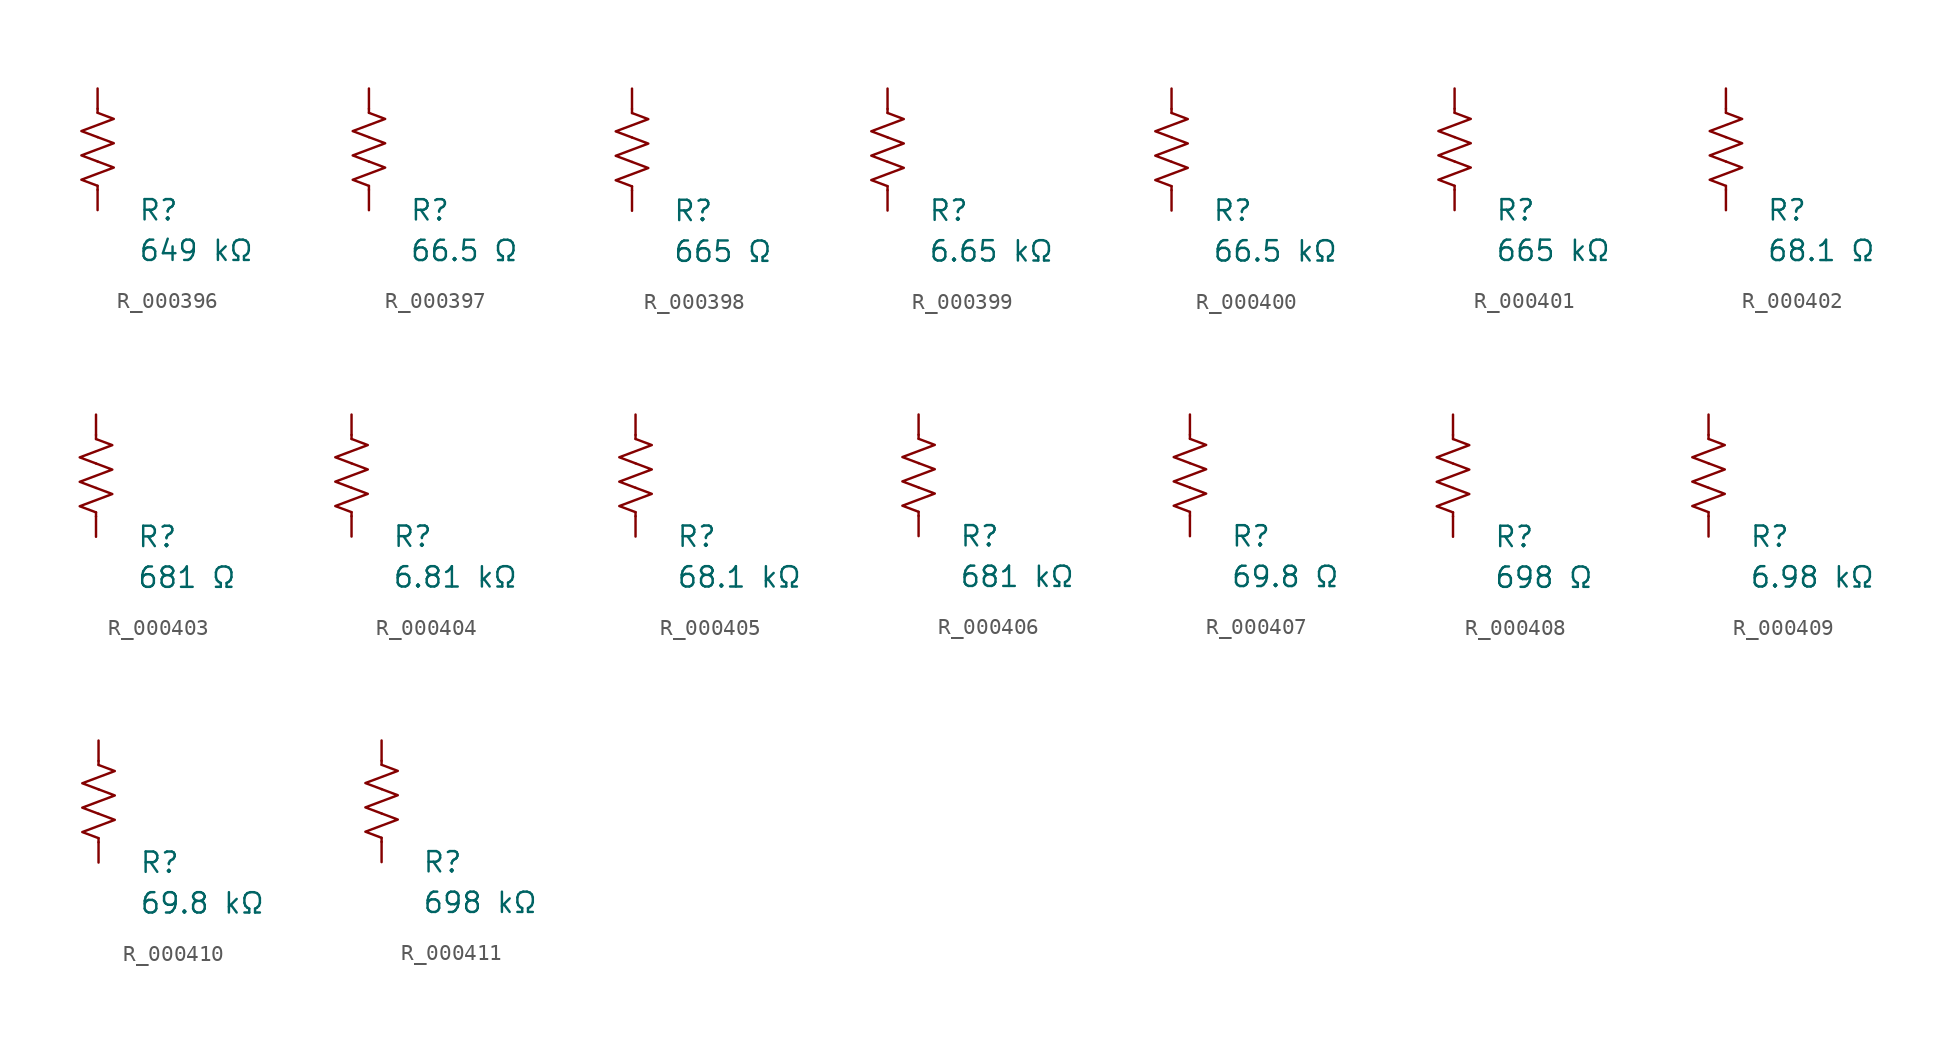
<source format=kicad_sym>
(kicad_symbol_lib
  (version 20231120)
  (generator "kicad_symbol_editor")
  (generator_version "8.0")
  (symbol "R_000396"
    (pin_numbers hide)
    (pin_names
      (offset 0))
    (property "Reference" "R"
      (at 2.54 -3.81 0)
      (effects (font (size 1.27 1.27)) (justify left))
      (show_name no))
    (property "Value" "649 kΩ"
      (at 2.54 -6.35 0)
      (effects (font (size 1.27 1.27)) (justify left))
      (show_name no))
    (symbol "R_000396_0_1"
      (polyline (pts (xy 0 -2.286) (xy 0 -2.54)) (stroke (width 0) (type default)) (fill (type none)))
      (polyline (pts (xy 0 2.286) (xy 0 2.54)) (stroke (width 0) (type default)) (fill (type none)))
      (polyline (pts (xy 0 -0.762) (xy 1.016 -1.143) (xy 0 -1.524) (xy -1.016 -1.905) (xy 0 -2.286)) (stroke (width 0) (type default)) (fill (type none)))
      (polyline (pts (xy 0 0.762) (xy 1.016 0.381) (xy 0 0) (xy -1.016 -0.381) (xy 0 -0.762)) (stroke (width 0) (type default)) (fill (type none)))
      (polyline (pts (xy 0 2.286) (xy 1.016 1.905) (xy 0 1.524) (xy -1.016 1.143) (xy 0 0.762)) (stroke (width 0) (type default)) (fill (type none))))
    (symbol "R_000396_1_1"
      (pin passive line (at 0 3.81 270) (length 1.27) (name "~" (effects (font (size 1.27 1.27)))) (number "1" (effects (font (size 1.27 1.27)))))
      (pin passive line (at 0 -3.81 90) (length 1.27) (name "~" (effects (font (size 1.27 1.27)))) (number "2" (effects (font (size 1.27 1.27)))))))
  (symbol "R_000397"
    (pin_numbers hide)
    (pin_names
      (offset 0))
    (property "Reference" "R"
      (at 2.54 -3.81 0)
      (effects (font (size 1.27 1.27)) (justify left))
      (show_name no))
    (property "Value" "66.5 Ω"
      (at 2.54 -6.35 0)
      (effects (font (size 1.27 1.27)) (justify left))
      (show_name no))
    (symbol "R_000397_0_1"
      (polyline (pts (xy 0 -2.286) (xy 0 -2.54)) (stroke (width 0) (type default)) (fill (type none)))
      (polyline (pts (xy 0 2.286) (xy 0 2.54)) (stroke (width 0) (type default)) (fill (type none)))
      (polyline (pts (xy 0 -0.762) (xy 1.016 -1.143) (xy 0 -1.524) (xy -1.016 -1.905) (xy 0 -2.286)) (stroke (width 0) (type default)) (fill (type none)))
      (polyline (pts (xy 0 0.762) (xy 1.016 0.381) (xy 0 0) (xy -1.016 -0.381) (xy 0 -0.762)) (stroke (width 0) (type default)) (fill (type none)))
      (polyline (pts (xy 0 2.286) (xy 1.016 1.905) (xy 0 1.524) (xy -1.016 1.143) (xy 0 0.762)) (stroke (width 0) (type default)) (fill (type none))))
    (symbol "R_000397_1_1"
      (pin passive line (at 0 3.81 270) (length 1.27) (name "~" (effects (font (size 1.27 1.27)))) (number "1" (effects (font (size 1.27 1.27)))))
      (pin passive line (at 0 -3.81 90) (length 1.27) (name "~" (effects (font (size 1.27 1.27)))) (number "2" (effects (font (size 1.27 1.27)))))))
  (symbol "R_000398"
    (pin_numbers hide)
    (pin_names
      (offset 0))
    (property "Reference" "R"
      (at 2.54 -3.81 0)
      (effects (font (size 1.27 1.27)) (justify left))
      (show_name no))
    (property "Value" "665 Ω"
      (at 2.54 -6.35 0)
      (effects (font (size 1.27 1.27)) (justify left))
      (show_name no))
    (symbol "R_000398_0_1"
      (polyline (pts (xy 0 -2.286) (xy 0 -2.54)) (stroke (width 0) (type default)) (fill (type none)))
      (polyline (pts (xy 0 2.286) (xy 0 2.54)) (stroke (width 0) (type default)) (fill (type none)))
      (polyline (pts (xy 0 -0.762) (xy 1.016 -1.143) (xy 0 -1.524) (xy -1.016 -1.905) (xy 0 -2.286)) (stroke (width 0) (type default)) (fill (type none)))
      (polyline (pts (xy 0 0.762) (xy 1.016 0.381) (xy 0 0) (xy -1.016 -0.381) (xy 0 -0.762)) (stroke (width 0) (type default)) (fill (type none)))
      (polyline (pts (xy 0 2.286) (xy 1.016 1.905) (xy 0 1.524) (xy -1.016 1.143) (xy 0 0.762)) (stroke (width 0) (type default)) (fill (type none))))
    (symbol "R_000398_1_1"
      (pin passive line (at 0 3.81 270) (length 1.27) (name "~" (effects (font (size 1.27 1.27)))) (number "1" (effects (font (size 1.27 1.27)))))
      (pin passive line (at 0 -3.81 90) (length 1.27) (name "~" (effects (font (size 1.27 1.27)))) (number "2" (effects (font (size 1.27 1.27)))))))
  (symbol "R_000399"
    (pin_numbers hide)
    (pin_names
      (offset 0))
    (property "Reference" "R"
      (at 2.54 -3.81 0)
      (effects (font (size 1.27 1.27)) (justify left))
      (show_name no))
    (property "Value" "6.65 kΩ"
      (at 2.54 -6.35 0)
      (effects (font (size 1.27 1.27)) (justify left))
      (show_name no))
    (symbol "R_000399_0_1"
      (polyline (pts (xy 0 -2.286) (xy 0 -2.54)) (stroke (width 0) (type default)) (fill (type none)))
      (polyline (pts (xy 0 2.286) (xy 0 2.54)) (stroke (width 0) (type default)) (fill (type none)))
      (polyline (pts (xy 0 -0.762) (xy 1.016 -1.143) (xy 0 -1.524) (xy -1.016 -1.905) (xy 0 -2.286)) (stroke (width 0) (type default)) (fill (type none)))
      (polyline (pts (xy 0 0.762) (xy 1.016 0.381) (xy 0 0) (xy -1.016 -0.381) (xy 0 -0.762)) (stroke (width 0) (type default)) (fill (type none)))
      (polyline (pts (xy 0 2.286) (xy 1.016 1.905) (xy 0 1.524) (xy -1.016 1.143) (xy 0 0.762)) (stroke (width 0) (type default)) (fill (type none))))
    (symbol "R_000399_1_1"
      (pin passive line (at 0 3.81 270) (length 1.27) (name "~" (effects (font (size 1.27 1.27)))) (number "1" (effects (font (size 1.27 1.27)))))
      (pin passive line (at 0 -3.81 90) (length 1.27) (name "~" (effects (font (size 1.27 1.27)))) (number "2" (effects (font (size 1.27 1.27)))))))
  (symbol "R_000400"
    (pin_numbers hide)
    (pin_names
      (offset 0))
    (property "Reference" "R"
      (at 2.54 -3.81 0)
      (effects (font (size 1.27 1.27)) (justify left))
      (show_name no))
    (property "Value" "66.5 kΩ"
      (at 2.54 -6.35 0)
      (effects (font (size 1.27 1.27)) (justify left))
      (show_name no))
    (symbol "R_000400_0_1"
      (polyline (pts (xy 0 -2.286) (xy 0 -2.54)) (stroke (width 0) (type default)) (fill (type none)))
      (polyline (pts (xy 0 2.286) (xy 0 2.54)) (stroke (width 0) (type default)) (fill (type none)))
      (polyline (pts (xy 0 -0.762) (xy 1.016 -1.143) (xy 0 -1.524) (xy -1.016 -1.905) (xy 0 -2.286)) (stroke (width 0) (type default)) (fill (type none)))
      (polyline (pts (xy 0 0.762) (xy 1.016 0.381) (xy 0 0) (xy -1.016 -0.381) (xy 0 -0.762)) (stroke (width 0) (type default)) (fill (type none)))
      (polyline (pts (xy 0 2.286) (xy 1.016 1.905) (xy 0 1.524) (xy -1.016 1.143) (xy 0 0.762)) (stroke (width 0) (type default)) (fill (type none))))
    (symbol "R_000400_1_1"
      (pin passive line (at 0 3.81 270) (length 1.27) (name "~" (effects (font (size 1.27 1.27)))) (number "1" (effects (font (size 1.27 1.27)))))
      (pin passive line (at 0 -3.81 90) (length 1.27) (name "~" (effects (font (size 1.27 1.27)))) (number "2" (effects (font (size 1.27 1.27)))))))
  (symbol "R_000401"
    (pin_numbers hide)
    (pin_names
      (offset 0))
    (property "Reference" "R"
      (at 2.54 -3.81 0)
      (effects (font (size 1.27 1.27)) (justify left))
      (show_name no))
    (property "Value" "665 kΩ"
      (at 2.54 -6.35 0)
      (effects (font (size 1.27 1.27)) (justify left))
      (show_name no))
    (symbol "R_000401_0_1"
      (polyline (pts (xy 0 -2.286) (xy 0 -2.54)) (stroke (width 0) (type default)) (fill (type none)))
      (polyline (pts (xy 0 2.286) (xy 0 2.54)) (stroke (width 0) (type default)) (fill (type none)))
      (polyline (pts (xy 0 -0.762) (xy 1.016 -1.143) (xy 0 -1.524) (xy -1.016 -1.905) (xy 0 -2.286)) (stroke (width 0) (type default)) (fill (type none)))
      (polyline (pts (xy 0 0.762) (xy 1.016 0.381) (xy 0 0) (xy -1.016 -0.381) (xy 0 -0.762)) (stroke (width 0) (type default)) (fill (type none)))
      (polyline (pts (xy 0 2.286) (xy 1.016 1.905) (xy 0 1.524) (xy -1.016 1.143) (xy 0 0.762)) (stroke (width 0) (type default)) (fill (type none))))
    (symbol "R_000401_1_1"
      (pin passive line (at 0 3.81 270) (length 1.27) (name "~" (effects (font (size 1.27 1.27)))) (number "1" (effects (font (size 1.27 1.27)))))
      (pin passive line (at 0 -3.81 90) (length 1.27) (name "~" (effects (font (size 1.27 1.27)))) (number "2" (effects (font (size 1.27 1.27)))))))
  (symbol "R_000402"
    (pin_numbers hide)
    (pin_names
      (offset 0))
    (property "Reference" "R"
      (at 2.54 -3.81 0)
      (effects (font (size 1.27 1.27)) (justify left))
      (show_name no))
    (property "Value" "68.1 Ω"
      (at 2.54 -6.35 0)
      (effects (font (size 1.27 1.27)) (justify left))
      (show_name no))
    (symbol "R_000402_0_1"
      (polyline (pts (xy 0 -2.286) (xy 0 -2.54)) (stroke (width 0) (type default)) (fill (type none)))
      (polyline (pts (xy 0 2.286) (xy 0 2.54)) (stroke (width 0) (type default)) (fill (type none)))
      (polyline (pts (xy 0 -0.762) (xy 1.016 -1.143) (xy 0 -1.524) (xy -1.016 -1.905) (xy 0 -2.286)) (stroke (width 0) (type default)) (fill (type none)))
      (polyline (pts (xy 0 0.762) (xy 1.016 0.381) (xy 0 0) (xy -1.016 -0.381) (xy 0 -0.762)) (stroke (width 0) (type default)) (fill (type none)))
      (polyline (pts (xy 0 2.286) (xy 1.016 1.905) (xy 0 1.524) (xy -1.016 1.143) (xy 0 0.762)) (stroke (width 0) (type default)) (fill (type none))))
    (symbol "R_000402_1_1"
      (pin passive line (at 0 3.81 270) (length 1.27) (name "~" (effects (font (size 1.27 1.27)))) (number "1" (effects (font (size 1.27 1.27)))))
      (pin passive line (at 0 -3.81 90) (length 1.27) (name "~" (effects (font (size 1.27 1.27)))) (number "2" (effects (font (size 1.27 1.27)))))))
  (symbol "R_000403"
    (pin_numbers hide)
    (pin_names
      (offset 0))
    (property "Reference" "R"
      (at 2.54 -3.81 0)
      (effects (font (size 1.27 1.27)) (justify left))
      (show_name no))
    (property "Value" "681 Ω"
      (at 2.54 -6.35 0)
      (effects (font (size 1.27 1.27)) (justify left))
      (show_name no))
    (symbol "R_000403_0_1"
      (polyline (pts (xy 0 -2.286) (xy 0 -2.54)) (stroke (width 0) (type default)) (fill (type none)))
      (polyline (pts (xy 0 2.286) (xy 0 2.54)) (stroke (width 0) (type default)) (fill (type none)))
      (polyline (pts (xy 0 -0.762) (xy 1.016 -1.143) (xy 0 -1.524) (xy -1.016 -1.905) (xy 0 -2.286)) (stroke (width 0) (type default)) (fill (type none)))
      (polyline (pts (xy 0 0.762) (xy 1.016 0.381) (xy 0 0) (xy -1.016 -0.381) (xy 0 -0.762)) (stroke (width 0) (type default)) (fill (type none)))
      (polyline (pts (xy 0 2.286) (xy 1.016 1.905) (xy 0 1.524) (xy -1.016 1.143) (xy 0 0.762)) (stroke (width 0) (type default)) (fill (type none))))
    (symbol "R_000403_1_1"
      (pin passive line (at 0 3.81 270) (length 1.27) (name "~" (effects (font (size 1.27 1.27)))) (number "1" (effects (font (size 1.27 1.27)))))
      (pin passive line (at 0 -3.81 90) (length 1.27) (name "~" (effects (font (size 1.27 1.27)))) (number "2" (effects (font (size 1.27 1.27)))))))
  (symbol "R_000404"
    (pin_numbers hide)
    (pin_names
      (offset 0))
    (property "Reference" "R"
      (at 2.54 -3.81 0)
      (effects (font (size 1.27 1.27)) (justify left))
      (show_name no))
    (property "Value" "6.81 kΩ"
      (at 2.54 -6.35 0)
      (effects (font (size 1.27 1.27)) (justify left))
      (show_name no))
    (symbol "R_000404_0_1"
      (polyline (pts (xy 0 -2.286) (xy 0 -2.54)) (stroke (width 0) (type default)) (fill (type none)))
      (polyline (pts (xy 0 2.286) (xy 0 2.54)) (stroke (width 0) (type default)) (fill (type none)))
      (polyline (pts (xy 0 -0.762) (xy 1.016 -1.143) (xy 0 -1.524) (xy -1.016 -1.905) (xy 0 -2.286)) (stroke (width 0) (type default)) (fill (type none)))
      (polyline (pts (xy 0 0.762) (xy 1.016 0.381) (xy 0 0) (xy -1.016 -0.381) (xy 0 -0.762)) (stroke (width 0) (type default)) (fill (type none)))
      (polyline (pts (xy 0 2.286) (xy 1.016 1.905) (xy 0 1.524) (xy -1.016 1.143) (xy 0 0.762)) (stroke (width 0) (type default)) (fill (type none))))
    (symbol "R_000404_1_1"
      (pin passive line (at 0 3.81 270) (length 1.27) (name "~" (effects (font (size 1.27 1.27)))) (number "1" (effects (font (size 1.27 1.27)))))
      (pin passive line (at 0 -3.81 90) (length 1.27) (name "~" (effects (font (size 1.27 1.27)))) (number "2" (effects (font (size 1.27 1.27)))))))
  (symbol "R_000405"
    (pin_numbers hide)
    (pin_names
      (offset 0))
    (property "Reference" "R"
      (at 2.54 -3.81 0)
      (effects (font (size 1.27 1.27)) (justify left))
      (show_name no))
    (property "Value" "68.1 kΩ"
      (at 2.54 -6.35 0)
      (effects (font (size 1.27 1.27)) (justify left))
      (show_name no))
    (symbol "R_000405_0_1"
      (polyline (pts (xy 0 -2.286) (xy 0 -2.54)) (stroke (width 0) (type default)) (fill (type none)))
      (polyline (pts (xy 0 2.286) (xy 0 2.54)) (stroke (width 0) (type default)) (fill (type none)))
      (polyline (pts (xy 0 -0.762) (xy 1.016 -1.143) (xy 0 -1.524) (xy -1.016 -1.905) (xy 0 -2.286)) (stroke (width 0) (type default)) (fill (type none)))
      (polyline (pts (xy 0 0.762) (xy 1.016 0.381) (xy 0 0) (xy -1.016 -0.381) (xy 0 -0.762)) (stroke (width 0) (type default)) (fill (type none)))
      (polyline (pts (xy 0 2.286) (xy 1.016 1.905) (xy 0 1.524) (xy -1.016 1.143) (xy 0 0.762)) (stroke (width 0) (type default)) (fill (type none))))
    (symbol "R_000405_1_1"
      (pin passive line (at 0 3.81 270) (length 1.27) (name "~" (effects (font (size 1.27 1.27)))) (number "1" (effects (font (size 1.27 1.27)))))
      (pin passive line (at 0 -3.81 90) (length 1.27) (name "~" (effects (font (size 1.27 1.27)))) (number "2" (effects (font (size 1.27 1.27)))))))
  (symbol "R_000406"
    (pin_numbers hide)
    (pin_names
      (offset 0))
    (property "Reference" "R"
      (at 2.54 -3.81 0)
      (effects (font (size 1.27 1.27)) (justify left))
      (show_name no))
    (property "Value" "681 kΩ"
      (at 2.54 -6.35 0)
      (effects (font (size 1.27 1.27)) (justify left))
      (show_name no))
    (symbol "R_000406_0_1"
      (polyline (pts (xy 0 -2.286) (xy 0 -2.54)) (stroke (width 0) (type default)) (fill (type none)))
      (polyline (pts (xy 0 2.286) (xy 0 2.54)) (stroke (width 0) (type default)) (fill (type none)))
      (polyline (pts (xy 0 -0.762) (xy 1.016 -1.143) (xy 0 -1.524) (xy -1.016 -1.905) (xy 0 -2.286)) (stroke (width 0) (type default)) (fill (type none)))
      (polyline (pts (xy 0 0.762) (xy 1.016 0.381) (xy 0 0) (xy -1.016 -0.381) (xy 0 -0.762)) (stroke (width 0) (type default)) (fill (type none)))
      (polyline (pts (xy 0 2.286) (xy 1.016 1.905) (xy 0 1.524) (xy -1.016 1.143) (xy 0 0.762)) (stroke (width 0) (type default)) (fill (type none))))
    (symbol "R_000406_1_1"
      (pin passive line (at 0 3.81 270) (length 1.27) (name "~" (effects (font (size 1.27 1.27)))) (number "1" (effects (font (size 1.27 1.27)))))
      (pin passive line (at 0 -3.81 90) (length 1.27) (name "~" (effects (font (size 1.27 1.27)))) (number "2" (effects (font (size 1.27 1.27)))))))
  (symbol "R_000407"
    (pin_numbers hide)
    (pin_names
      (offset 0))
    (property "Reference" "R"
      (at 2.54 -3.81 0)
      (effects (font (size 1.27 1.27)) (justify left))
      (show_name no))
    (property "Value" "69.8 Ω"
      (at 2.54 -6.35 0)
      (effects (font (size 1.27 1.27)) (justify left))
      (show_name no))
    (symbol "R_000407_0_1"
      (polyline (pts (xy 0 -2.286) (xy 0 -2.54)) (stroke (width 0) (type default)) (fill (type none)))
      (polyline (pts (xy 0 2.286) (xy 0 2.54)) (stroke (width 0) (type default)) (fill (type none)))
      (polyline (pts (xy 0 -0.762) (xy 1.016 -1.143) (xy 0 -1.524) (xy -1.016 -1.905) (xy 0 -2.286)) (stroke (width 0) (type default)) (fill (type none)))
      (polyline (pts (xy 0 0.762) (xy 1.016 0.381) (xy 0 0) (xy -1.016 -0.381) (xy 0 -0.762)) (stroke (width 0) (type default)) (fill (type none)))
      (polyline (pts (xy 0 2.286) (xy 1.016 1.905) (xy 0 1.524) (xy -1.016 1.143) (xy 0 0.762)) (stroke (width 0) (type default)) (fill (type none))))
    (symbol "R_000407_1_1"
      (pin passive line (at 0 3.81 270) (length 1.27) (name "~" (effects (font (size 1.27 1.27)))) (number "1" (effects (font (size 1.27 1.27)))))
      (pin passive line (at 0 -3.81 90) (length 1.27) (name "~" (effects (font (size 1.27 1.27)))) (number "2" (effects (font (size 1.27 1.27)))))))
  (symbol "R_000408"
    (pin_numbers hide)
    (pin_names
      (offset 0))
    (property "Reference" "R"
      (at 2.54 -3.81 0)
      (effects (font (size 1.27 1.27)) (justify left))
      (show_name no))
    (property "Value" "698 Ω"
      (at 2.54 -6.35 0)
      (effects (font (size 1.27 1.27)) (justify left))
      (show_name no))
    (symbol "R_000408_0_1"
      (polyline (pts (xy 0 -2.286) (xy 0 -2.54)) (stroke (width 0) (type default)) (fill (type none)))
      (polyline (pts (xy 0 2.286) (xy 0 2.54)) (stroke (width 0) (type default)) (fill (type none)))
      (polyline (pts (xy 0 -0.762) (xy 1.016 -1.143) (xy 0 -1.524) (xy -1.016 -1.905) (xy 0 -2.286)) (stroke (width 0) (type default)) (fill (type none)))
      (polyline (pts (xy 0 0.762) (xy 1.016 0.381) (xy 0 0) (xy -1.016 -0.381) (xy 0 -0.762)) (stroke (width 0) (type default)) (fill (type none)))
      (polyline (pts (xy 0 2.286) (xy 1.016 1.905) (xy 0 1.524) (xy -1.016 1.143) (xy 0 0.762)) (stroke (width 0) (type default)) (fill (type none))))
    (symbol "R_000408_1_1"
      (pin passive line (at 0 3.81 270) (length 1.27) (name "~" (effects (font (size 1.27 1.27)))) (number "1" (effects (font (size 1.27 1.27)))))
      (pin passive line (at 0 -3.81 90) (length 1.27) (name "~" (effects (font (size 1.27 1.27)))) (number "2" (effects (font (size 1.27 1.27)))))))
  (symbol "R_000409"
    (pin_numbers hide)
    (pin_names
      (offset 0))
    (property "Reference" "R"
      (at 2.54 -3.81 0)
      (effects (font (size 1.27 1.27)) (justify left))
      (show_name no))
    (property "Value" "6.98 kΩ"
      (at 2.54 -6.35 0)
      (effects (font (size 1.27 1.27)) (justify left))
      (show_name no))
    (symbol "R_000409_0_1"
      (polyline (pts (xy 0 -2.286) (xy 0 -2.54)) (stroke (width 0) (type default)) (fill (type none)))
      (polyline (pts (xy 0 2.286) (xy 0 2.54)) (stroke (width 0) (type default)) (fill (type none)))
      (polyline (pts (xy 0 -0.762) (xy 1.016 -1.143) (xy 0 -1.524) (xy -1.016 -1.905) (xy 0 -2.286)) (stroke (width 0) (type default)) (fill (type none)))
      (polyline (pts (xy 0 0.762) (xy 1.016 0.381) (xy 0 0) (xy -1.016 -0.381) (xy 0 -0.762)) (stroke (width 0) (type default)) (fill (type none)))
      (polyline (pts (xy 0 2.286) (xy 1.016 1.905) (xy 0 1.524) (xy -1.016 1.143) (xy 0 0.762)) (stroke (width 0) (type default)) (fill (type none))))
    (symbol "R_000409_1_1"
      (pin passive line (at 0 3.81 270) (length 1.27) (name "~" (effects (font (size 1.27 1.27)))) (number "1" (effects (font (size 1.27 1.27)))))
      (pin passive line (at 0 -3.81 90) (length 1.27) (name "~" (effects (font (size 1.27 1.27)))) (number "2" (effects (font (size 1.27 1.27)))))))
  (symbol "R_000410"
    (pin_numbers hide)
    (pin_names
      (offset 0))
    (property "Reference" "R"
      (at 2.54 -3.81 0)
      (effects (font (size 1.27 1.27)) (justify left))
      (show_name no))
    (property "Value" "69.8 kΩ"
      (at 2.54 -6.35 0)
      (effects (font (size 1.27 1.27)) (justify left))
      (show_name no))
    (symbol "R_000410_0_1"
      (polyline (pts (xy 0 -2.286) (xy 0 -2.54)) (stroke (width 0) (type default)) (fill (type none)))
      (polyline (pts (xy 0 2.286) (xy 0 2.54)) (stroke (width 0) (type default)) (fill (type none)))
      (polyline (pts (xy 0 -0.762) (xy 1.016 -1.143) (xy 0 -1.524) (xy -1.016 -1.905) (xy 0 -2.286)) (stroke (width 0) (type default)) (fill (type none)))
      (polyline (pts (xy 0 0.762) (xy 1.016 0.381) (xy 0 0) (xy -1.016 -0.381) (xy 0 -0.762)) (stroke (width 0) (type default)) (fill (type none)))
      (polyline (pts (xy 0 2.286) (xy 1.016 1.905) (xy 0 1.524) (xy -1.016 1.143) (xy 0 0.762)) (stroke (width 0) (type default)) (fill (type none))))
    (symbol "R_000410_1_1"
      (pin passive line (at 0 3.81 270) (length 1.27) (name "~" (effects (font (size 1.27 1.27)))) (number "1" (effects (font (size 1.27 1.27)))))
      (pin passive line (at 0 -3.81 90) (length 1.27) (name "~" (effects (font (size 1.27 1.27)))) (number "2" (effects (font (size 1.27 1.27)))))))
  (symbol "R_000411"
    (pin_numbers hide)
    (pin_names
      (offset 0))
    (property "Reference" "R"
      (at 2.54 -3.81 0)
      (effects (font (size 1.27 1.27)) (justify left))
      (show_name no))
    (property "Value" "698 kΩ"
      (at 2.54 -6.35 0)
      (effects (font (size 1.27 1.27)) (justify left))
      (show_name no))
    (symbol "R_000411_0_1"
      (polyline (pts (xy 0 -2.286) (xy 0 -2.54)) (stroke (width 0) (type default)) (fill (type none)))
      (polyline (pts (xy 0 2.286) (xy 0 2.54)) (stroke (width 0) (type default)) (fill (type none)))
      (polyline (pts (xy 0 -0.762) (xy 1.016 -1.143) (xy 0 -1.524) (xy -1.016 -1.905) (xy 0 -2.286)) (stroke (width 0) (type default)) (fill (type none)))
      (polyline (pts (xy 0 0.762) (xy 1.016 0.381) (xy 0 0) (xy -1.016 -0.381) (xy 0 -0.762)) (stroke (width 0) (type default)) (fill (type none)))
      (polyline (pts (xy 0 2.286) (xy 1.016 1.905) (xy 0 1.524) (xy -1.016 1.143) (xy 0 0.762)) (stroke (width 0) (type default)) (fill (type none))))
    (symbol "R_000411_1_1"
      (pin passive line (at 0 3.81 270) (length 1.27) (name "~" (effects (font (size 1.27 1.27)))) (number "1" (effects (font (size 1.27 1.27)))))
      (pin passive line (at 0 -3.81 90) (length 1.27) (name "~" (effects (font (size 1.27 1.27)))) (number "2" (effects (font (size 1.27 1.27))))))))
</source>
